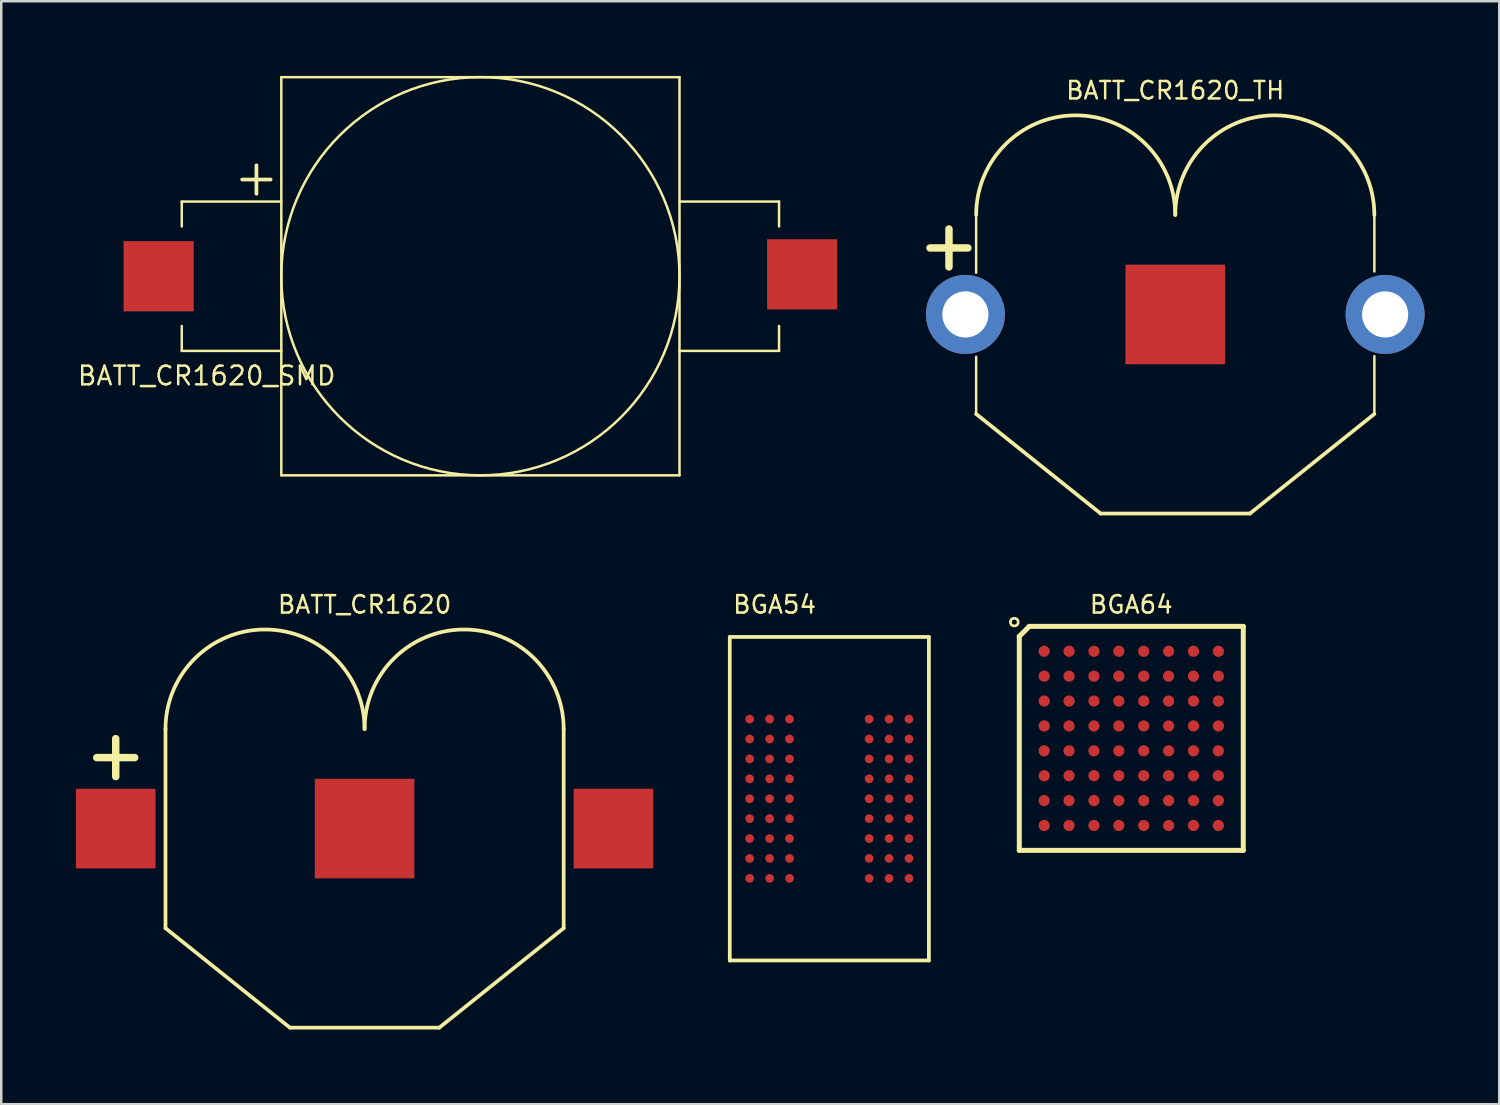
<source format=kicad_pcb>
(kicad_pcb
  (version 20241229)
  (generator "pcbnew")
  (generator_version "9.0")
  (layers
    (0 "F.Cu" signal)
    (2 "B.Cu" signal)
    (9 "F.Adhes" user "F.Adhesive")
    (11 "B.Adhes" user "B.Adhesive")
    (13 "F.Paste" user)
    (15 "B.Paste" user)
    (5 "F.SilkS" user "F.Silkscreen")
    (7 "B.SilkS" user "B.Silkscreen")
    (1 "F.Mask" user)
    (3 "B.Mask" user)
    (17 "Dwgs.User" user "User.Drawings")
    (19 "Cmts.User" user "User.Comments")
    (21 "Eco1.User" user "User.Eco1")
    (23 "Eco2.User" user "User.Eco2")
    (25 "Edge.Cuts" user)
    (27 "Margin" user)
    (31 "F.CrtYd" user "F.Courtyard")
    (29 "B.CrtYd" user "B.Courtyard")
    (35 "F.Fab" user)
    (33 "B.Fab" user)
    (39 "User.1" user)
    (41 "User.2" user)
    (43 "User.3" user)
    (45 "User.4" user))
  (footprint "BATT_CR1620_TH"
    (layer "F.Cu")
    (at 44.175 9.585)
    (property "Reference" "BATT_CR1620_TH" (at 0 -9 0) (layer "F.SilkS") (effects (font (size 0.7 0.7) (thickness 0.1))))
    (attr through_hole)
    (fp_line (start -8.001 -3.988) (end -8.001 -1.676) (stroke (width 0.1) (type solid)) (layer "F.SilkS"))
    (fp_line (start -8.001 4.013) (end -8.001 1.702) (stroke (width 0.1) (type solid)) (layer "F.SilkS"))
    (fp_line (start -3 8) (end -8 4) (stroke (width 0.15) (type solid)) (layer "F.SilkS"))
    (fp_line (start 3 8) (end -3 8) (stroke (width 0.15) (type solid)) (layer "F.SilkS"))
    (fp_line (start 8 4) (end 3 8) (stroke (width 0.15) (type solid)) (layer "F.SilkS"))
    (fp_line (start 8.001 -3.988) (end 8.001 -1.727) (stroke (width 0.1) (type solid)) (layer "F.SilkS"))
    (fp_line (start 8.001 3.988) (end 8.001 1.676) (stroke (width 0.1) (type solid)) (layer "F.SilkS"))
    (fp_arc (start -8 -4) (mid -4 -8) (end 0 -4) (stroke (width 0.15) (type solid)) (layer "F.SilkS"))
    (fp_arc (start 0 -4) (mid 4 -8) (end 8 -4) (stroke (width 0.15) (type solid)) (layer "F.SilkS"))
    (fp_text user "+" (at -9.093 -2.819 0) (layer "F.SilkS") (effects (font (size 2 2) (thickness 0.3))))
    (pad "1" thru_hole circle (at -8.433 0) (size 3.175 3.175) (drill 1.854) (layers "*.Cu" "*.Mask"))
    (pad "2" thru_hole circle (at 8.433 0) (size 3.175 3.175) (drill 1.854) (layers "*.Cu" "*.Mask"))
    (pad "3" smd rect (at 0 0) (size 4 4) (layers "F.Cu" "F.Mask" "F.Paste")))
  (footprint "BATT_CR1620_SMD"
    (layer "F.Cu")
    (at 16.254 8.05)
    (property "Reference" "BATT_CR1620_SMD" (at -11 4 0) (layer "F.SilkS") (effects (font (size 0.75 0.75) (thickness 0.1))))
    (attr through_hole)
    (fp_line (start -12 -3) (end -8 -3) (stroke (width 0.1) (type solid)) (layer "F.SilkS"))
    (fp_line (start -12 -2) (end -12 -3) (stroke (width 0.1) (type solid)) (layer "F.SilkS"))
    (fp_line (start -12 3) (end -12 2) (stroke (width 0.1) (type solid)) (layer "F.SilkS"))
    (fp_line (start -8 -8) (end 8 -8) (stroke (width 0.1) (type solid)) (layer "F.SilkS"))
    (fp_line (start -8 3) (end -12 3) (stroke (width 0.1) (type solid)) (layer "F.SilkS"))
    (fp_line (start -8 8) (end -8 -8) (stroke (width 0.1) (type solid)) (layer "F.SilkS"))
    (fp_line (start 8 -8) (end 8 8) (stroke (width 0.1) (type solid)) (layer "F.SilkS"))
    (fp_line (start 8 -3) (end 12 -3) (stroke (width 0.1) (type solid)) (layer "F.SilkS"))
    (fp_line (start 8 8) (end -8 8) (stroke (width 0.1) (type solid)) (layer "F.SilkS"))
    (fp_line (start 12 -3) (end 12 -2) (stroke (width 0.1) (type solid)) (layer "F.SilkS"))
    (fp_line (start 12 2) (end 12 3) (stroke (width 0.1) (type solid)) (layer "F.SilkS"))
    (fp_line (start 12 3) (end 8 3) (stroke (width 0.1) (type solid)) (layer "F.SilkS"))
    (fp_circle (center 0 0) (end 8 0) (stroke (width 0.1) (type solid)) (fill no) (layer "F.SilkS"))
    (fp_text user "+" (at -9 -4 0) (layer "F.SilkS") (effects (font (size 1.5 1.5) (thickness 0.15))))
    (pad "+" smd rect (at -12.93 0) (size 2.82 2.82) (layers "F.Cu" "F.Mask" "F.Paste"))
    (pad "-" smd rect (at 12.93 -0.076) (size 2.82 2.82) (layers "F.Cu" "F.Mask" "F.Paste")))
  (footprint "BGA64"
    (layer "F.Cu")
    (at 42.408 26.62)
    (property "Reference" "BGA64" (at 0 -5.375 0) (layer "F.SilkS") (effects (font (size 0.7 0.7) (thickness 0.1))))
    (attr smd)
    (fp_line (start -4.5 -4.1) (end -4.1 -4.5) (stroke (width 0.2) (type solid)) (layer "F.SilkS"))
    (fp_line (start -4.5 4.5) (end -4.5 -4.1) (stroke (width 0.2) (type solid)) (layer "F.SilkS"))
    (fp_line (start -4.1 -4.5) (end 4.5 -4.5) (stroke (width 0.2) (type solid)) (layer "F.SilkS"))
    (fp_line (start 4.5 -4.5) (end 4.5 4.5) (stroke (width 0.2) (type solid)) (layer "F.SilkS"))
    (fp_line (start 4.5 4.5) (end -4.5 4.5) (stroke (width 0.2) (type solid)) (layer "F.SilkS"))
    (fp_text user "○" (at -4.7 -4.7 0) (layer "F.SilkS") (effects (font (size 0.4 0.4) (thickness 0.1))))
    (pad "A1" smd circle (at -3.5 -3.5) (size 0.45 0.45) (layers "F.Cu" "F.Mask" "F.Paste"))
    (pad "A2" smd circle (at -2.5 -3.5) (size 0.45 0.45) (layers "F.Cu" "F.Mask" "F.Paste"))
    (pad "A3" smd circle (at -1.5 -3.5) (size 0.45 0.45) (layers "F.Cu" "F.Mask" "F.Paste"))
    (pad "A4" smd circle (at -0.5 -3.5) (size 0.45 0.45) (layers "F.Cu" "F.Mask" "F.Paste"))
    (pad "A5" smd circle (at 0.5 -3.5) (size 0.45 0.45) (layers "F.Cu" "F.Mask" "F.Paste"))
    (pad "A6" smd circle (at 1.5 -3.5) (size 0.45 0.45) (layers "F.Cu" "F.Mask" "F.Paste"))
    (pad "A7" smd circle (at 2.5 -3.5) (size 0.45 0.45) (layers "F.Cu" "F.Mask" "F.Paste"))
    (pad "A8" smd circle (at 3.5 -3.5) (size 0.45 0.45) (layers "F.Cu" "F.Mask" "F.Paste"))
    (pad "B1" smd circle (at -3.5 -2.5) (size 0.45 0.45) (layers "F.Cu" "F.Mask" "F.Paste"))
    (pad "B2" smd circle (at -2.5 -2.5) (size 0.45 0.45) (layers "F.Cu" "F.Mask" "F.Paste"))
    (pad "B3" smd circle (at -1.5 -2.5) (size 0.45 0.45) (layers "F.Cu" "F.Mask" "F.Paste"))
    (pad "B4" smd circle (at -0.5 -2.5) (size 0.45 0.45) (layers "F.Cu" "F.Mask" "F.Paste"))
    (pad "B5" smd circle (at 0.5 -2.5) (size 0.45 0.45) (layers "F.Cu" "F.Mask" "F.Paste"))
    (pad "B6" smd circle (at 1.5 -2.5) (size 0.45 0.45) (layers "F.Cu" "F.Mask" "F.Paste"))
    (pad "B7" smd circle (at 2.5 -2.5) (size 0.45 0.45) (layers "F.Cu" "F.Mask" "F.Paste"))
    (pad "B8" smd circle (at 3.5 -2.5) (size 0.45 0.45) (layers "F.Cu" "F.Mask" "F.Paste"))
    (pad "C1" smd circle (at -3.5 -1.5) (size 0.45 0.45) (layers "F.Cu" "F.Mask" "F.Paste"))
    (pad "C2" smd circle (at -2.5 -1.5) (size 0.45 0.45) (layers "F.Cu" "F.Mask" "F.Paste"))
    (pad "C3" smd circle (at -1.5 -1.5) (size 0.45 0.45) (layers "F.Cu" "F.Mask" "F.Paste"))
    (pad "C4" smd circle (at -0.5 -1.5) (size 0.45 0.45) (layers "F.Cu" "F.Mask" "F.Paste"))
    (pad "C5" smd circle (at 0.5 -1.5) (size 0.45 0.45) (layers "F.Cu" "F.Mask" "F.Paste"))
    (pad "C6" smd circle (at 1.5 -1.5) (size 0.45 0.45) (layers "F.Cu" "F.Mask" "F.Paste"))
    (pad "C7" smd circle (at 2.5 -1.5) (size 0.45 0.45) (layers "F.Cu" "F.Mask" "F.Paste"))
    (pad "C8" smd circle (at 3.5 -1.5) (size 0.45 0.45) (layers "F.Cu" "F.Mask" "F.Paste"))
    (pad "D1" smd circle (at -3.5 -0.5) (size 0.45 0.45) (layers "F.Cu" "F.Mask" "F.Paste"))
    (pad "D2" smd circle (at -2.5 -0.5) (size 0.45 0.45) (layers "F.Cu" "F.Mask" "F.Paste"))
    (pad "D3" smd circle (at -1.5 -0.5) (size 0.45 0.45) (layers "F.Cu" "F.Mask" "F.Paste"))
    (pad "D4" smd circle (at -0.5 -0.5) (size 0.45 0.45) (layers "F.Cu" "F.Mask" "F.Paste"))
    (pad "D5" smd circle (at 0.5 -0.5) (size 0.45 0.45) (layers "F.Cu" "F.Mask" "F.Paste"))
    (pad "D6" smd circle (at 1.5 -0.5) (size 0.45 0.45) (layers "F.Cu" "F.Mask" "F.Paste"))
    (pad "D7" smd circle (at 2.5 -0.5) (size 0.45 0.45) (layers "F.Cu" "F.Mask" "F.Paste"))
    (pad "D8" smd circle (at 3.5 -0.5) (size 0.45 0.45) (layers "F.Cu" "F.Mask" "F.Paste"))
    (pad "E1" smd circle (at -3.5 0.5) (size 0.45 0.45) (layers "F.Cu" "F.Mask" "F.Paste"))
    (pad "E2" smd circle (at -2.5 0.5) (size 0.45 0.45) (layers "F.Cu" "F.Mask" "F.Paste"))
    (pad "E3" smd circle (at -1.5 0.5) (size 0.45 0.45) (layers "F.Cu" "F.Mask" "F.Paste"))
    (pad "E4" smd circle (at -0.5 0.5) (size 0.45 0.45) (layers "F.Cu" "F.Mask" "F.Paste"))
    (pad "E5" smd circle (at 0.5 0.5) (size 0.45 0.45) (layers "F.Cu" "F.Mask" "F.Paste"))
    (pad "E6" smd circle (at 1.5 0.5) (size 0.45 0.45) (layers "F.Cu" "F.Mask" "F.Paste"))
    (pad "E7" smd circle (at 2.5 0.5) (size 0.45 0.45) (layers "F.Cu" "F.Mask" "F.Paste"))
    (pad "E8" smd circle (at 3.5 0.5) (size 0.45 0.45) (layers "F.Cu" "F.Mask" "F.Paste"))
    (pad "F1" smd circle (at -3.5 1.5) (size 0.45 0.45) (layers "F.Cu" "F.Mask" "F.Paste"))
    (pad "F2" smd circle (at -2.5 1.5) (size 0.45 0.45) (layers "F.Cu" "F.Mask" "F.Paste"))
    (pad "F3" smd circle (at -1.5 1.5) (size 0.45 0.45) (layers "F.Cu" "F.Mask" "F.Paste"))
    (pad "F4" smd circle (at -0.5 1.5) (size 0.45 0.45) (layers "F.Cu" "F.Mask" "F.Paste"))
    (pad "F5" smd circle (at 0.5 1.5) (size 0.45 0.45) (layers "F.Cu" "F.Mask" "F.Paste"))
    (pad "F6" smd circle (at 1.5 1.5) (size 0.45 0.45) (layers "F.Cu" "F.Mask" "F.Paste"))
    (pad "F7" smd circle (at 2.5 1.5) (size 0.45 0.45) (layers "F.Cu" "F.Mask" "F.Paste"))
    (pad "F8" smd circle (at 3.5 1.5) (size 0.45 0.45) (layers "F.Cu" "F.Mask" "F.Paste"))
    (pad "G1" smd circle (at -3.5 2.5) (size 0.45 0.45) (layers "F.Cu" "F.Mask" "F.Paste"))
    (pad "G2" smd circle (at -2.5 2.5) (size 0.45 0.45) (layers "F.Cu" "F.Mask" "F.Paste"))
    (pad "G3" smd circle (at -1.5 2.5) (size 0.45 0.45) (layers "F.Cu" "F.Mask" "F.Paste"))
    (pad "G4" smd circle (at -0.5 2.5) (size 0.45 0.45) (layers "F.Cu" "F.Mask" "F.Paste"))
    (pad "G5" smd circle (at 0.5 2.5) (size 0.45 0.45) (layers "F.Cu" "F.Mask" "F.Paste"))
    (pad "G6" smd circle (at 1.5 2.5) (size 0.45 0.45) (layers "F.Cu" "F.Mask" "F.Paste"))
    (pad "G7" smd circle (at 2.5 2.5) (size 0.45 0.45) (layers "F.Cu" "F.Mask" "F.Paste"))
    (pad "G8" smd circle (at 3.5 2.5) (size 0.45 0.45) (layers "F.Cu" "F.Mask" "F.Paste"))
    (pad "H1" smd circle (at -3.5 3.5) (size 0.45 0.45) (layers "F.Cu" "F.Mask" "F.Paste"))
    (pad "H2" smd circle (at -2.5 3.5) (size 0.45 0.45) (layers "F.Cu" "F.Mask" "F.Paste"))
    (pad "H3" smd circle (at -1.5 3.5) (size 0.45 0.45) (layers "F.Cu" "F.Mask" "F.Paste"))
    (pad "H4" smd circle (at -0.5 3.5) (size 0.45 0.45) (layers "F.Cu" "F.Mask" "F.Paste"))
    (pad "H5" smd circle (at 0.5 3.5) (size 0.45 0.45) (layers "F.Cu" "F.Mask" "F.Paste"))
    (pad "H6" smd circle (at 1.5 3.5) (size 0.45 0.45) (layers "F.Cu" "F.Mask" "F.Paste"))
    (pad "H7" smd circle (at 2.5 3.5) (size 0.45 0.45) (layers "F.Cu" "F.Mask" "F.Paste"))
    (pad "H8" smd circle (at 3.5 3.5) (size 0.45 0.45) (layers "F.Cu" "F.Mask" "F.Paste")))
  (footprint "BGA54"
    (layer "F.Cu")
    (at 27.075 25.845)
    (property "Reference" "BGA54" (at 1 -4.6 0) (layer "F.SilkS") (effects (font (size 0.7 0.7) (thickness 0.1))))
    (attr through_hole)
    (fp_line (start -0.8 -3.3) (end -0.8 9.7) (stroke (width 0.15) (type solid)) (layer "F.SilkS"))
    (fp_line (start -0.8 -3.3) (end 7.2 -3.3) (stroke (width 0.15) (type solid)) (layer "F.SilkS"))
    (fp_line (start -0.8 9.7) (end 7.2 9.7) (stroke (width 0.15) (type solid)) (layer "F.SilkS"))
    (fp_line (start 7.2 9.7) (end 7.2 -3.3) (stroke (width 0.15) (type solid)) (layer "F.SilkS"))
    (pad "A1" smd circle (at 0 0) (size 0.35 0.35) (layers "F.Cu" "F.Mask" "F.Paste"))
    (pad "A2" smd circle (at 0.8 0) (size 0.35 0.35) (layers "F.Cu" "F.Mask" "F.Paste"))
    (pad "A3" smd circle (at 1.6 0) (size 0.35 0.35) (layers "F.Cu" "F.Mask" "F.Paste"))
    (pad "A7" smd circle (at 4.8 0) (size 0.35 0.35) (layers "F.Cu" "F.Mask" "F.Paste"))
    (pad "A8" smd circle (at 5.6 0) (size 0.35 0.35) (layers "F.Cu" "F.Mask" "F.Paste"))
    (pad "A9" smd circle (at 6.4 0) (size 0.35 0.35) (layers "F.Cu" "F.Mask" "F.Paste"))
    (pad "B1" smd circle (at 0 0.8) (size 0.35 0.35) (layers "F.Cu" "F.Mask" "F.Paste"))
    (pad "B2" smd circle (at 0.8 0.8) (size 0.35 0.35) (layers "F.Cu" "F.Mask" "F.Paste"))
    (pad "B3" smd circle (at 1.6 0.8) (size 0.35 0.35) (layers "F.Cu" "F.Mask" "F.Paste"))
    (pad "B7" smd circle (at 4.8 0.8) (size 0.35 0.35) (layers "F.Cu" "F.Mask" "F.Paste"))
    (pad "B8" smd circle (at 5.6 0.8) (size 0.35 0.35) (layers "F.Cu" "F.Mask" "F.Paste"))
    (pad "B9" smd circle (at 6.4 0.8) (size 0.35 0.35) (layers "F.Cu" "F.Mask" "F.Paste"))
    (pad "C1" smd circle (at 0 1.6) (size 0.35 0.35) (layers "F.Cu" "F.Mask" "F.Paste"))
    (pad "C2" smd circle (at 0.8 1.6) (size 0.35 0.35) (layers "F.Cu" "F.Mask" "F.Paste"))
    (pad "C3" smd circle (at 1.6 1.6) (size 0.35 0.35) (layers "F.Cu" "F.Mask" "F.Paste"))
    (pad "C7" smd circle (at 4.8 1.6) (size 0.35 0.35) (layers "F.Cu" "F.Mask" "F.Paste"))
    (pad "C8" smd circle (at 5.6 1.6) (size 0.35 0.35) (layers "F.Cu" "F.Mask" "F.Paste"))
    (pad "C9" smd circle (at 6.4 1.6) (size 0.35 0.35) (layers "F.Cu" "F.Mask" "F.Paste"))
    (pad "D1" smd circle (at 0 2.4) (size 0.35 0.35) (layers "F.Cu" "F.Mask" "F.Paste"))
    (pad "D2" smd circle (at 0.8 2.4) (size 0.35 0.35) (layers "F.Cu" "F.Mask" "F.Paste"))
    (pad "D3" smd circle (at 1.6 2.4) (size 0.35 0.35) (layers "F.Cu" "F.Mask" "F.Paste"))
    (pad "D7" smd circle (at 4.8 2.4) (size 0.35 0.35) (layers "F.Cu" "F.Mask" "F.Paste"))
    (pad "D8" smd circle (at 5.6 2.4) (size 0.35 0.35) (layers "F.Cu" "F.Mask" "F.Paste"))
    (pad "D9" smd circle (at 6.4 2.4) (size 0.35 0.35) (layers "F.Cu" "F.Mask" "F.Paste"))
    (pad "E1" smd circle (at 0 3.2) (size 0.35 0.35) (layers "F.Cu" "F.Mask" "F.Paste"))
    (pad "E2" smd circle (at 0.8 3.2) (size 0.35 0.35) (layers "F.Cu" "F.Mask" "F.Paste"))
    (pad "E3" smd circle (at 1.6 3.2) (size 0.35 0.35) (layers "F.Cu" "F.Mask" "F.Paste"))
    (pad "E7" smd circle (at 4.8 3.2) (size 0.35 0.35) (layers "F.Cu" "F.Mask" "F.Paste"))
    (pad "E8" smd circle (at 5.6 3.2) (size 0.35 0.35) (layers "F.Cu" "F.Mask" "F.Paste"))
    (pad "E9" smd circle (at 6.4 3.2) (size 0.35 0.35) (layers "F.Cu" "F.Mask" "F.Paste"))
    (pad "F1" smd circle (at 0 4) (size 0.35 0.35) (layers "F.Cu" "F.Mask" "F.Paste"))
    (pad "F2" smd circle (at 0.8 4) (size 0.35 0.35) (layers "F.Cu" "F.Mask" "F.Paste"))
    (pad "F3" smd circle (at 1.6 4) (size 0.35 0.35) (layers "F.Cu" "F.Mask" "F.Paste"))
    (pad "F7" smd circle (at 4.8 4) (size 0.35 0.35) (layers "F.Cu" "F.Mask" "F.Paste"))
    (pad "F8" smd circle (at 5.6 4) (size 0.35 0.35) (layers "F.Cu" "F.Mask" "F.Paste"))
    (pad "F9" smd circle (at 6.4 4) (size 0.35 0.35) (layers "F.Cu" "F.Mask" "F.Paste"))
    (pad "G1" smd circle (at 0 4.8) (size 0.35 0.35) (layers "F.Cu" "F.Mask" "F.Paste"))
    (pad "G2" smd circle (at 0.8 4.8) (size 0.35 0.35) (layers "F.Cu" "F.Mask" "F.Paste"))
    (pad "G3" smd circle (at 1.6 4.8) (size 0.35 0.35) (layers "F.Cu" "F.Mask" "F.Paste"))
    (pad "G7" smd circle (at 4.8 4.8) (size 0.35 0.35) (layers "F.Cu" "F.Mask" "F.Paste"))
    (pad "G8" smd circle (at 5.6 4.8) (size 0.35 0.35) (layers "F.Cu" "F.Mask" "F.Paste"))
    (pad "G9" smd circle (at 6.4 4.8) (size 0.35 0.35) (layers "F.Cu" "F.Mask" "F.Paste"))
    (pad "H1" smd circle (at 0 5.6) (size 0.35 0.35) (layers "F.Cu" "F.Mask" "F.Paste"))
    (pad "H2" smd circle (at 0.8 5.6) (size 0.35 0.35) (layers "F.Cu" "F.Mask" "F.Paste"))
    (pad "H3" smd circle (at 1.6 5.6) (size 0.35 0.35) (layers "F.Cu" "F.Mask" "F.Paste"))
    (pad "H7" smd circle (at 4.8 5.6) (size 0.35 0.35) (layers "F.Cu" "F.Mask" "F.Paste"))
    (pad "H8" smd circle (at 5.6 5.6) (size 0.35 0.35) (layers "F.Cu" "F.Mask" "F.Paste"))
    (pad "H9" smd circle (at 6.4 5.6) (size 0.35 0.35) (layers "F.Cu" "F.Mask" "F.Paste"))
    (pad "J1" smd circle (at 0 6.4) (size 0.35 0.35) (layers "F.Cu" "F.Mask" "F.Paste"))
    (pad "J2" smd circle (at 0.8 6.4) (size 0.35 0.35) (layers "F.Cu" "F.Mask" "F.Paste"))
    (pad "J3" smd circle (at 1.6 6.4) (size 0.35 0.35) (layers "F.Cu" "F.Mask" "F.Paste"))
    (pad "J7" smd circle (at 4.8 6.4) (size 0.35 0.35) (layers "F.Cu" "F.Mask" "F.Paste"))
    (pad "J8" smd circle (at 5.6 6.4) (size 0.35 0.35) (layers "F.Cu" "F.Mask" "F.Paste"))
    (pad "J9" smd circle (at 6.4 6.4) (size 0.35 0.35) (layers "F.Cu" "F.Mask" "F.Paste")))
  (footprint "BATT_CR1620"
    (layer "F.Cu")
    (at 11.6 30.245)
    (property "Reference" "BATT_CR1620" (at 0 -9 0) (layer "F.SilkS") (effects (font (size 0.7 0.7) (thickness 0.1))))
    (attr through_hole)
    (fp_line (start -8 4) (end -8 -4) (stroke (width 0.15) (type solid)) (layer "F.SilkS"))
    (fp_line (start -3 8) (end -8 4) (stroke (width 0.15) (type solid)) (layer "F.SilkS"))
    (fp_line (start 3 8) (end -3 8) (stroke (width 0.15) (type solid)) (layer "F.SilkS"))
    (fp_line (start 8 -4) (end 8 4) (stroke (width 0.15) (type solid)) (layer "F.SilkS"))
    (fp_line (start 8 4) (end 3 8) (stroke (width 0.15) (type solid)) (layer "F.SilkS"))
    (fp_arc (start -8 -4) (mid -4 -8) (end 0 -4) (stroke (width 0.15) (type solid)) (layer "F.SilkS"))
    (fp_arc (start 0 -4) (mid 4 -8) (end 8 -4) (stroke (width 0.15) (type solid)) (layer "F.SilkS"))
    (fp_text user "+" (at -10 -3 0) (layer "F.SilkS") (effects (font (size 2 2) (thickness 0.3))))
    (pad "1" smd rect (at -10 0) (size 3.2 3.2) (layers "F.Cu" "F.Mask" "F.Paste"))
    (pad "2" smd rect (at 10 0) (size 3.2 3.2) (layers "F.Cu" "F.Mask" "F.Paste"))
    (pad "3" smd rect (at 0 0) (size 4 4) (layers "F.Cu" "F.Mask" "F.Paste")))
  (gr_rect
    (start -3 -3)
    (end 57.195 41.32)
    (stroke (width 0.1) (type default))
    (fill no)
    (layer "Edge.Cuts")))
</source>
